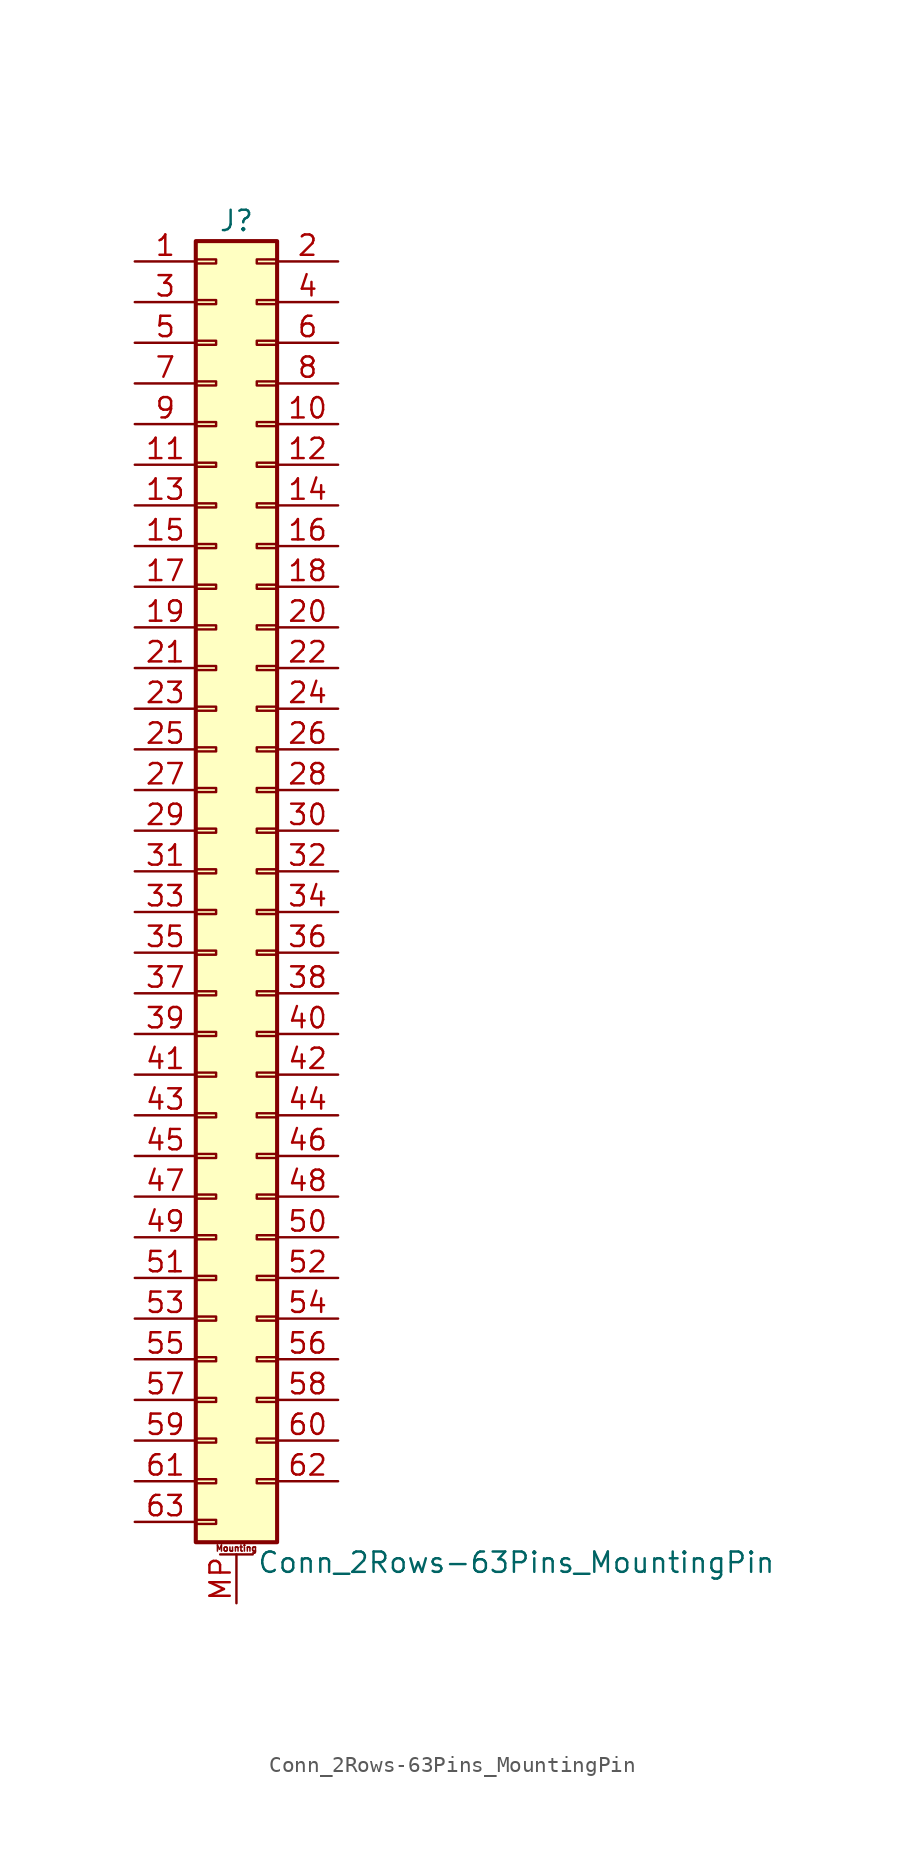
<source format=kicad_sym>
(kicad_symbol_lib
  (version 20201005)
  (generator kicad_symbol_editor)
  (symbol "Conn_2Rows-63Pins_MountingPin"
    (pin_names
      (offset 1.016) hide)
    (property "Reference" "J"
      (at 1.27 40.64 0)
      (effects (font (size 1.27 1.27))))
    (property "Value" "Conn_2Rows-63Pins_MountingPin"
      (at 2.54 -43.18 0)
      (effects (font (size 1.27 1.27)) (justify left)))
    (symbol "Conn_2Rows-63Pins_MountingPin_1_1"
      (text "Mounting" (at 1.27 -42.291 0) (effects (font (size 0.381 0.381))))
      (rectangle (start -1.27 -40.513) (end 0 -40.767) (stroke (width 0.152)) (fill (type none)))
      (rectangle (start -1.27 -37.973) (end 0 -38.227) (stroke (width 0.152)) (fill (type none)))
      (rectangle (start -1.27 -35.433) (end 0 -35.687) (stroke (width 0.152)) (fill (type none)))
      (rectangle (start -1.27 -32.893) (end 0 -33.147) (stroke (width 0.152)) (fill (type none)))
      (rectangle (start -1.27 -30.353) (end 0 -30.607) (stroke (width 0.152)) (fill (type none)))
      (rectangle (start -1.27 -27.813) (end 0 -28.067) (stroke (width 0.152)) (fill (type none)))
      (rectangle (start -1.27 -25.273) (end 0 -25.527) (stroke (width 0.152)) (fill (type none)))
      (rectangle (start -1.27 -22.733) (end 0 -22.987) (stroke (width 0.152)) (fill (type none)))
      (rectangle (start -1.27 -20.193) (end 0 -20.447) (stroke (width 0.152)) (fill (type none)))
      (rectangle (start -1.27 -17.653) (end 0 -17.907) (stroke (width 0.152)) (fill (type none)))
      (rectangle (start -1.27 -15.113) (end 0 -15.367) (stroke (width 0.152)) (fill (type none)))
      (rectangle (start -1.27 -12.573) (end 0 -12.827) (stroke (width 0.152)) (fill (type none)))
      (rectangle (start -1.27 -10.033) (end 0 -10.287) (stroke (width 0.152)) (fill (type none)))
      (rectangle (start -1.27 -7.493) (end 0 -7.747) (stroke (width 0.152)) (fill (type none)))
      (rectangle (start -1.27 -4.953) (end 0 -5.207) (stroke (width 0.152)) (fill (type none)))
      (rectangle (start -1.27 -2.413) (end 0 -2.667) (stroke (width 0.152)) (fill (type none)))
      (rectangle (start -1.27 0.127) (end 0 -0.127) (stroke (width 0.152)) (fill (type none)))
      (rectangle (start -1.27 2.667) (end 0 2.413) (stroke (width 0.152)) (fill (type none)))
      (rectangle (start -1.27 5.207) (end 0 4.953) (stroke (width 0.152)) (fill (type none)))
      (rectangle (start -1.27 7.747) (end 0 7.493) (stroke (width 0.152)) (fill (type none)))
      (rectangle (start -1.27 10.287) (end 0 10.033) (stroke (width 0.152)) (fill (type none)))
      (rectangle (start -1.27 12.827) (end 0 12.573) (stroke (width 0.152)) (fill (type none)))
      (rectangle (start -1.27 15.367) (end 0 15.113) (stroke (width 0.152)) (fill (type none)))
      (rectangle (start -1.27 17.907) (end 0 17.653) (stroke (width 0.152)) (fill (type none)))
      (rectangle (start -1.27 20.447) (end 0 20.193) (stroke (width 0.152)) (fill (type none)))
      (rectangle (start -1.27 22.987) (end 0 22.733) (stroke (width 0.152)) (fill (type none)))
      (rectangle (start -1.27 25.527) (end 0 25.273) (stroke (width 0.152)) (fill (type none)))
      (rectangle (start -1.27 28.067) (end 0 27.813) (stroke (width 0.152)) (fill (type none)))
      (rectangle (start -1.27 30.607) (end 0 30.353) (stroke (width 0.152)) (fill (type none)))
      (rectangle (start -1.27 33.147) (end 0 32.893) (stroke (width 0.152)) (fill (type none)))
      (rectangle (start -1.27 35.687) (end 0 35.433) (stroke (width 0.152)) (fill (type none)))
      (rectangle (start -1.27 38.227) (end 0 37.973) (stroke (width 0.152)) (fill (type none)))
      (rectangle (start 3.81 -37.973) (end 2.54 -38.227) (stroke (width 0.152)) (fill (type none)))
      (rectangle (start 3.81 -35.433) (end 2.54 -35.687) (stroke (width 0.152)) (fill (type none)))
      (rectangle (start 3.81 -32.893) (end 2.54 -33.147) (stroke (width 0.152)) (fill (type none)))
      (rectangle (start 3.81 -30.353) (end 2.54 -30.607) (stroke (width 0.152)) (fill (type none)))
      (rectangle (start 3.81 -27.813) (end 2.54 -28.067) (stroke (width 0.152)) (fill (type none)))
      (rectangle (start 3.81 -25.273) (end 2.54 -25.527) (stroke (width 0.152)) (fill (type none)))
      (rectangle (start 3.81 -22.733) (end 2.54 -22.987) (stroke (width 0.152)) (fill (type none)))
      (rectangle (start 3.81 -20.193) (end 2.54 -20.447) (stroke (width 0.152)) (fill (type none)))
      (rectangle (start 3.81 -17.653) (end 2.54 -17.907) (stroke (width 0.152)) (fill (type none)))
      (rectangle (start 3.81 -15.113) (end 2.54 -15.367) (stroke (width 0.152)) (fill (type none)))
      (rectangle (start 3.81 -12.573) (end 2.54 -12.827) (stroke (width 0.152)) (fill (type none)))
      (rectangle (start 3.81 -10.033) (end 2.54 -10.287) (stroke (width 0.152)) (fill (type none)))
      (rectangle (start 3.81 -7.493) (end 2.54 -7.747) (stroke (width 0.152)) (fill (type none)))
      (rectangle (start 3.81 -4.953) (end 2.54 -5.207) (stroke (width 0.152)) (fill (type none)))
      (rectangle (start 3.81 -2.413) (end 2.54 -2.667) (stroke (width 0.152)) (fill (type none)))
      (rectangle (start 3.81 0.127) (end 2.54 -0.127) (stroke (width 0.152)) (fill (type none)))
      (rectangle (start 3.81 2.667) (end 2.54 2.413) (stroke (width 0.152)) (fill (type none)))
      (rectangle (start 3.81 5.207) (end 2.54 4.953) (stroke (width 0.152)) (fill (type none)))
      (rectangle (start 3.81 7.747) (end 2.54 7.493) (stroke (width 0.152)) (fill (type none)))
      (rectangle (start 3.81 10.287) (end 2.54 10.033) (stroke (width 0.152)) (fill (type none)))
      (rectangle (start 3.81 12.827) (end 2.54 12.573) (stroke (width 0.152)) (fill (type none)))
      (rectangle (start 3.81 15.367) (end 2.54 15.113) (stroke (width 0.152)) (fill (type none)))
      (rectangle (start 3.81 17.907) (end 2.54 17.653) (stroke (width 0.152)) (fill (type none)))
      (rectangle (start 3.81 20.447) (end 2.54 20.193) (stroke (width 0.152)) (fill (type none)))
      (rectangle (start 3.81 22.987) (end 2.54 22.733) (stroke (width 0.152)) (fill (type none)))
      (rectangle (start 3.81 25.527) (end 2.54 25.273) (stroke (width 0.152)) (fill (type none)))
      (rectangle (start 3.81 28.067) (end 2.54 27.813) (stroke (width 0.152)) (fill (type none)))
      (rectangle (start 3.81 30.607) (end 2.54 30.353) (stroke (width 0.152)) (fill (type none)))
      (rectangle (start 3.81 33.147) (end 2.54 32.893) (stroke (width 0.152)) (fill (type none)))
      (rectangle (start 3.81 35.687) (end 2.54 35.433) (stroke (width 0.152)) (fill (type none)))
      (rectangle (start 3.81 38.227) (end 2.54 37.973) (stroke (width 0.152)) (fill (type none)))
      (rectangle (start -1.27 39.37) (end 3.81 -41.91) (stroke (width 0.254)) (fill (type background)))
      (polyline (pts (xy 0.254 -42.672) (xy 2.286 -42.672)) (stroke (width 0.152)) (fill (type none)))
      (pin passive line (at -5.08 38.1 0) (length 3.81) (name "Pin_1" (effects (font (size 1.27 1.27)))) (number "1" (effects (font (size 1.27 1.27)))))
      (pin passive line (at 7.62 27.94 180) (length 3.81) (name "Pin_10" (effects (font (size 1.27 1.27)))) (number "10" (effects (font (size 1.27 1.27)))))
      (pin passive line (at -5.08 25.4 0) (length 3.81) (name "Pin_11" (effects (font (size 1.27 1.27)))) (number "11" (effects (font (size 1.27 1.27)))))
      (pin passive line (at 7.62 25.4 180) (length 3.81) (name "Pin_12" (effects (font (size 1.27 1.27)))) (number "12" (effects (font (size 1.27 1.27)))))
      (pin passive line (at -5.08 22.86 0) (length 3.81) (name "Pin_13" (effects (font (size 1.27 1.27)))) (number "13" (effects (font (size 1.27 1.27)))))
      (pin passive line (at 7.62 22.86 180) (length 3.81) (name "Pin_14" (effects (font (size 1.27 1.27)))) (number "14" (effects (font (size 1.27 1.27)))))
      (pin passive line (at -5.08 20.32 0) (length 3.81) (name "Pin_15" (effects (font (size 1.27 1.27)))) (number "15" (effects (font (size 1.27 1.27)))))
      (pin passive line (at 7.62 20.32 180) (length 3.81) (name "Pin_16" (effects (font (size 1.27 1.27)))) (number "16" (effects (font (size 1.27 1.27)))))
      (pin passive line (at -5.08 17.78 0) (length 3.81) (name "Pin_17" (effects (font (size 1.27 1.27)))) (number "17" (effects (font (size 1.27 1.27)))))
      (pin passive line (at 7.62 17.78 180) (length 3.81) (name "Pin_18" (effects (font (size 1.27 1.27)))) (number "18" (effects (font (size 1.27 1.27)))))
      (pin passive line (at -5.08 15.24 0) (length 3.81) (name "Pin_19" (effects (font (size 1.27 1.27)))) (number "19" (effects (font (size 1.27 1.27)))))
      (pin passive line (at 7.62 38.1 180) (length 3.81) (name "Pin_2" (effects (font (size 1.27 1.27)))) (number "2" (effects (font (size 1.27 1.27)))))
      (pin passive line (at 7.62 15.24 180) (length 3.81) (name "Pin_20" (effects (font (size 1.27 1.27)))) (number "20" (effects (font (size 1.27 1.27)))))
      (pin passive line (at -5.08 12.7 0) (length 3.81) (name "Pin_21" (effects (font (size 1.27 1.27)))) (number "21" (effects (font (size 1.27 1.27)))))
      (pin passive line (at 7.62 12.7 180) (length 3.81) (name "Pin_22" (effects (font (size 1.27 1.27)))) (number "22" (effects (font (size 1.27 1.27)))))
      (pin passive line (at -5.08 10.16 0) (length 3.81) (name "Pin_23" (effects (font (size 1.27 1.27)))) (number "23" (effects (font (size 1.27 1.27)))))
      (pin passive line (at 7.62 10.16 180) (length 3.81) (name "Pin_24" (effects (font (size 1.27 1.27)))) (number "24" (effects (font (size 1.27 1.27)))))
      (pin passive line (at -5.08 7.62 0) (length 3.81) (name "Pin_25" (effects (font (size 1.27 1.27)))) (number "25" (effects (font (size 1.27 1.27)))))
      (pin passive line (at 7.62 7.62 180) (length 3.81) (name "Pin_26" (effects (font (size 1.27 1.27)))) (number "26" (effects (font (size 1.27 1.27)))))
      (pin passive line (at -5.08 5.08 0) (length 3.81) (name "Pin_27" (effects (font (size 1.27 1.27)))) (number "27" (effects (font (size 1.27 1.27)))))
      (pin passive line (at 7.62 5.08 180) (length 3.81) (name "Pin_28" (effects (font (size 1.27 1.27)))) (number "28" (effects (font (size 1.27 1.27)))))
      (pin passive line (at -5.08 2.54 0) (length 3.81) (name "Pin_29" (effects (font (size 1.27 1.27)))) (number "29" (effects (font (size 1.27 1.27)))))
      (pin passive line (at -5.08 35.56 0) (length 3.81) (name "Pin_3" (effects (font (size 1.27 1.27)))) (number "3" (effects (font (size 1.27 1.27)))))
      (pin passive line (at 7.62 2.54 180) (length 3.81) (name "Pin_30" (effects (font (size 1.27 1.27)))) (number "30" (effects (font (size 1.27 1.27)))))
      (pin passive line (at -5.08 0 0) (length 3.81) (name "Pin_31" (effects (font (size 1.27 1.27)))) (number "31" (effects (font (size 1.27 1.27)))))
      (pin passive line (at 7.62 0 180) (length 3.81) (name "Pin_32" (effects (font (size 1.27 1.27)))) (number "32" (effects (font (size 1.27 1.27)))))
      (pin passive line (at -5.08 -2.54 0) (length 3.81) (name "Pin_33" (effects (font (size 1.27 1.27)))) (number "33" (effects (font (size 1.27 1.27)))))
      (pin passive line (at 7.62 -2.54 180) (length 3.81) (name "Pin_34" (effects (font (size 1.27 1.27)))) (number "34" (effects (font (size 1.27 1.27)))))
      (pin passive line (at -5.08 -5.08 0) (length 3.81) (name "Pin_35" (effects (font (size 1.27 1.27)))) (number "35" (effects (font (size 1.27 1.27)))))
      (pin passive line (at 7.62 -5.08 180) (length 3.81) (name "Pin_36" (effects (font (size 1.27 1.27)))) (number "36" (effects (font (size 1.27 1.27)))))
      (pin passive line (at -5.08 -7.62 0) (length 3.81) (name "Pin_37" (effects (font (size 1.27 1.27)))) (number "37" (effects (font (size 1.27 1.27)))))
      (pin passive line (at 7.62 -7.62 180) (length 3.81) (name "Pin_38" (effects (font (size 1.27 1.27)))) (number "38" (effects (font (size 1.27 1.27)))))
      (pin passive line (at -5.08 -10.16 0) (length 3.81) (name "Pin_39" (effects (font (size 1.27 1.27)))) (number "39" (effects (font (size 1.27 1.27)))))
      (pin passive line (at 7.62 35.56 180) (length 3.81) (name "Pin_4" (effects (font (size 1.27 1.27)))) (number "4" (effects (font (size 1.27 1.27)))))
      (pin passive line (at 7.62 -10.16 180) (length 3.81) (name "Pin_40" (effects (font (size 1.27 1.27)))) (number "40" (effects (font (size 1.27 1.27)))))
      (pin passive line (at -5.08 -12.7 0) (length 3.81) (name "Pin_41" (effects (font (size 1.27 1.27)))) (number "41" (effects (font (size 1.27 1.27)))))
      (pin passive line (at 7.62 -12.7 180) (length 3.81) (name "Pin_42" (effects (font (size 1.27 1.27)))) (number "42" (effects (font (size 1.27 1.27)))))
      (pin passive line (at -5.08 -15.24 0) (length 3.81) (name "Pin_43" (effects (font (size 1.27 1.27)))) (number "43" (effects (font (size 1.27 1.27)))))
      (pin passive line (at 7.62 -15.24 180) (length 3.81) (name "Pin_44" (effects (font (size 1.27 1.27)))) (number "44" (effects (font (size 1.27 1.27)))))
      (pin passive line (at -5.08 -17.78 0) (length 3.81) (name "Pin_45" (effects (font (size 1.27 1.27)))) (number "45" (effects (font (size 1.27 1.27)))))
      (pin passive line (at 7.62 -17.78 180) (length 3.81) (name "Pin_46" (effects (font (size 1.27 1.27)))) (number "46" (effects (font (size 1.27 1.27)))))
      (pin passive line (at -5.08 -20.32 0) (length 3.81) (name "Pin_47" (effects (font (size 1.27 1.27)))) (number "47" (effects (font (size 1.27 1.27)))))
      (pin passive line (at 7.62 -20.32 180) (length 3.81) (name "Pin_48" (effects (font (size 1.27 1.27)))) (number "48" (effects (font (size 1.27 1.27)))))
      (pin passive line (at -5.08 -22.86 0) (length 3.81) (name "Pin_49" (effects (font (size 1.27 1.27)))) (number "49" (effects (font (size 1.27 1.27)))))
      (pin passive line (at -5.08 33.02 0) (length 3.81) (name "Pin_5" (effects (font (size 1.27 1.27)))) (number "5" (effects (font (size 1.27 1.27)))))
      (pin passive line (at 7.62 -22.86 180) (length 3.81) (name "Pin_50" (effects (font (size 1.27 1.27)))) (number "50" (effects (font (size 1.27 1.27)))))
      (pin passive line (at -5.08 -25.4 0) (length 3.81) (name "Pin_51" (effects (font (size 1.27 1.27)))) (number "51" (effects (font (size 1.27 1.27)))))
      (pin passive line (at 7.62 -25.4 180) (length 3.81) (name "Pin_52" (effects (font (size 1.27 1.27)))) (number "52" (effects (font (size 1.27 1.27)))))
      (pin passive line (at -5.08 -27.94 0) (length 3.81) (name "Pin_53" (effects (font (size 1.27 1.27)))) (number "53" (effects (font (size 1.27 1.27)))))
      (pin passive line (at 7.62 -27.94 180) (length 3.81) (name "Pin_54" (effects (font (size 1.27 1.27)))) (number "54" (effects (font (size 1.27 1.27)))))
      (pin passive line (at -5.08 -30.48 0) (length 3.81) (name "Pin_55" (effects (font (size 1.27 1.27)))) (number "55" (effects (font (size 1.27 1.27)))))
      (pin passive line (at 7.62 -30.48 180) (length 3.81) (name "Pin_56" (effects (font (size 1.27 1.27)))) (number "56" (effects (font (size 1.27 1.27)))))
      (pin passive line (at -5.08 -33.02 0) (length 3.81) (name "Pin_57" (effects (font (size 1.27 1.27)))) (number "57" (effects (font (size 1.27 1.27)))))
      (pin passive line (at 7.62 -33.02 180) (length 3.81) (name "Pin_58" (effects (font (size 1.27 1.27)))) (number "58" (effects (font (size 1.27 1.27)))))
      (pin passive line (at -5.08 -35.56 0) (length 3.81) (name "Pin_59" (effects (font (size 1.27 1.27)))) (number "59" (effects (font (size 1.27 1.27)))))
      (pin passive line (at 7.62 33.02 180) (length 3.81) (name "Pin_6" (effects (font (size 1.27 1.27)))) (number "6" (effects (font (size 1.27 1.27)))))
      (pin passive line (at 7.62 -35.56 180) (length 3.81) (name "Pin_60" (effects (font (size 1.27 1.27)))) (number "60" (effects (font (size 1.27 1.27)))))
      (pin passive line (at -5.08 -38.1 0) (length 3.81) (name "Pin_61" (effects (font (size 1.27 1.27)))) (number "61" (effects (font (size 1.27 1.27)))))
      (pin passive line (at 7.62 -38.1 180) (length 3.81) (name "Pin_62" (effects (font (size 1.27 1.27)))) (number "62" (effects (font (size 1.27 1.27)))))
      (pin passive line (at -5.08 -40.64 0) (length 3.81) (name "Pin_63" (effects (font (size 1.27 1.27)))) (number "63" (effects (font (size 1.27 1.27)))))
      (pin passive line (at -5.08 30.48 0) (length 3.81) (name "Pin_7" (effects (font (size 1.27 1.27)))) (number "7" (effects (font (size 1.27 1.27)))))
      (pin passive line (at 7.62 30.48 180) (length 3.81) (name "Pin_8" (effects (font (size 1.27 1.27)))) (number "8" (effects (font (size 1.27 1.27)))))
      (pin passive line (at -5.08 27.94 0) (length 3.81) (name "Pin_9" (effects (font (size 1.27 1.27)))) (number "9" (effects (font (size 1.27 1.27)))))
      (pin passive line (at 1.27 -45.72 90) (length 3.048) (name "MountPin" (effects (font (size 1.27 1.27)))) (number "MP" (effects (font (size 1.27 1.27))))))))
</source>
